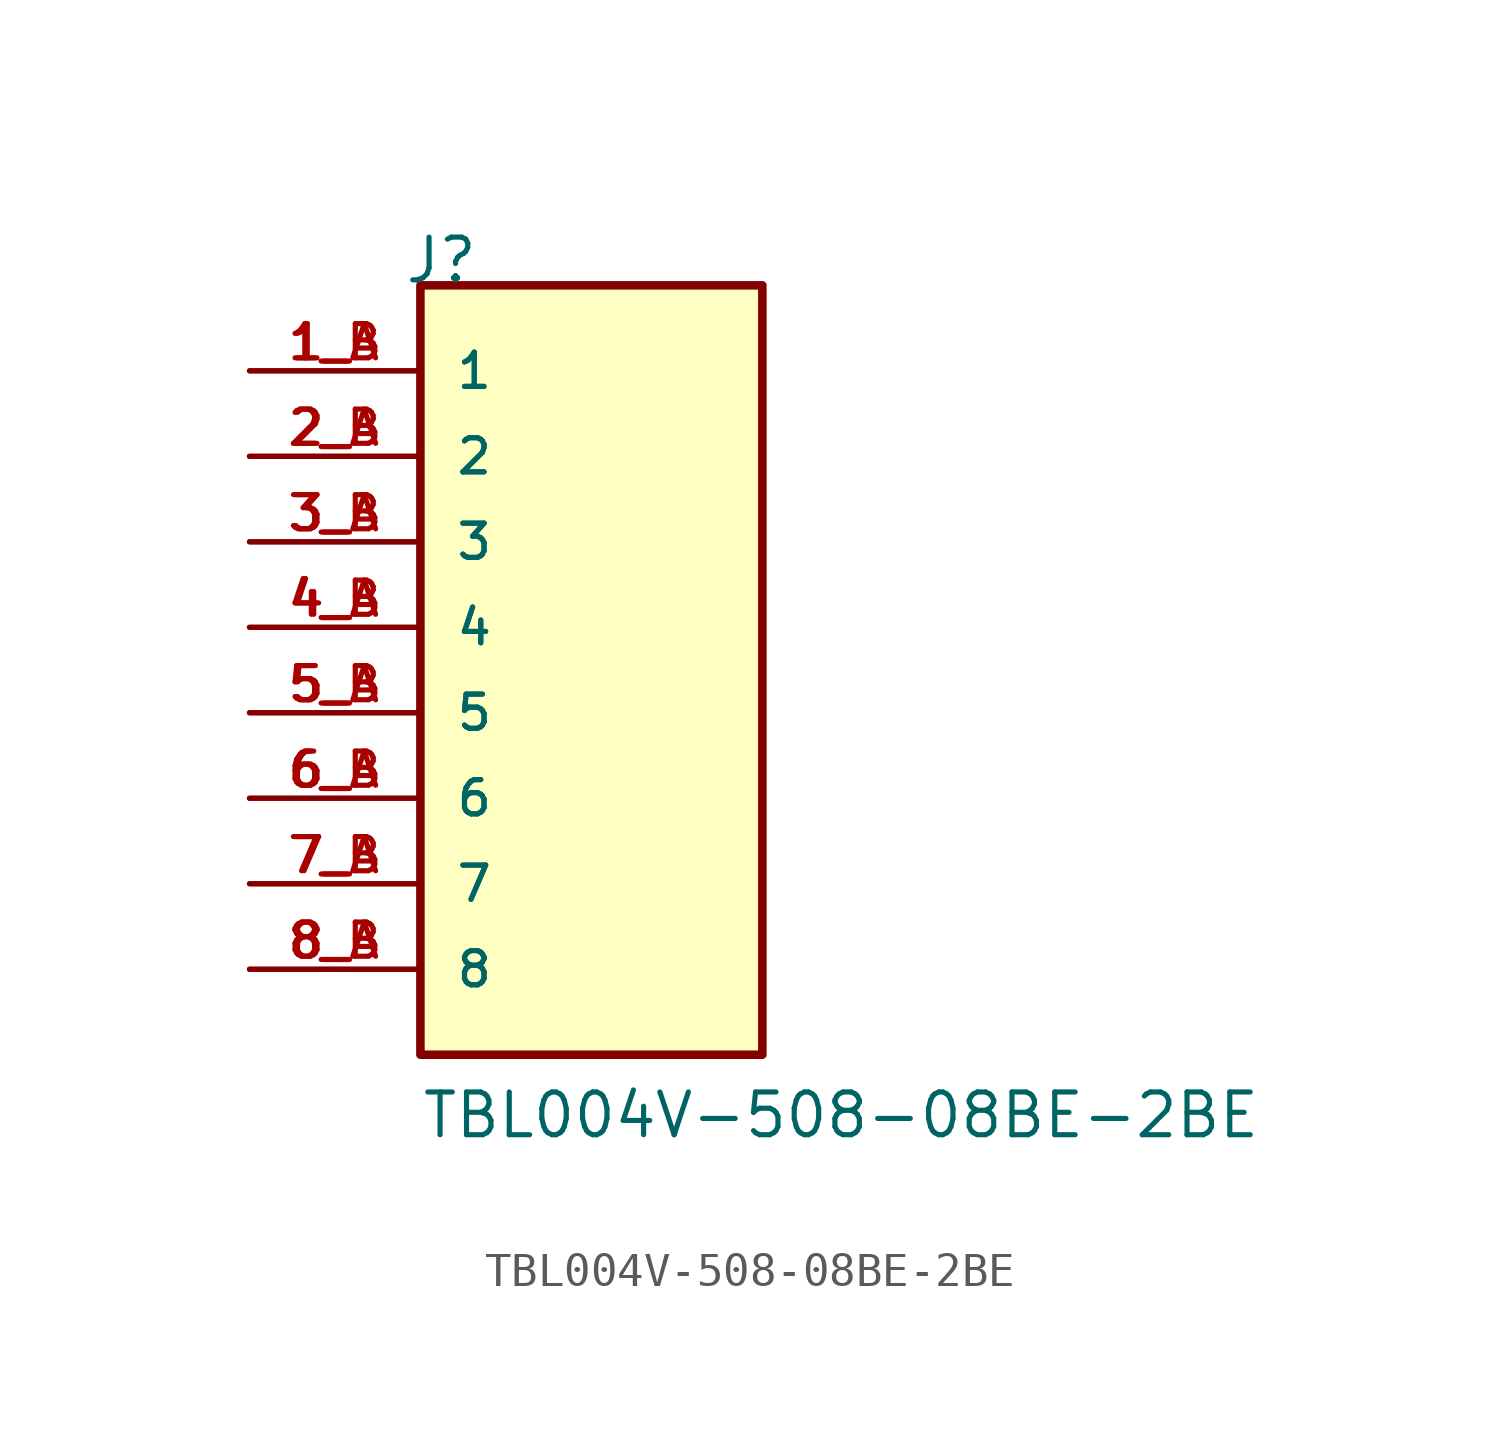
<source format=kicad_sym>
(kicad_symbol_lib
  (version 20211014)
  (generator kicad_symbol_editor)
  (symbol "TBL004V-508-08BE-2BE"
    (pin_names
      (offset 1.016))
    (property "Reference" "J"
      (at -5.588 12.7 0)
      (effects (font (size 1.27 1.27)) (justify left bottom)))
    (property "Value" "TBL004V-508-08BE-2BE"
      (at -5.08 -12.7 0)
      (effects (font (size 1.27 1.27)) (justify left bottom)))
    (property "ki_locked" ""
      (at 0 0 0)
      (effects (font (size 1.27 1.27))))
    (symbol "TBL004V-508-08BE-2BE_0_0"
      (rectangle (start -5.08 -10.16) (end 5.08 12.7) (stroke (width 0.254) (type default) (color 0 0 0 0)) (fill (type background)))
      (pin passive line (at -10.16 10.16 0) (length 5.08) (name "1" (effects (font (size 1.016 1.016)))) (number "1_A" (effects (font (size 1.016 1.016)))))
      (pin passive line (at -10.16 10.16 0) (length 5.08) (name "1" (effects (font (size 1.016 1.016)))) (number "1_B" (effects (font (size 1.016 1.016)))))
      (pin passive line (at -10.16 7.62 0) (length 5.08) (name "2" (effects (font (size 1.016 1.016)))) (number "2_A" (effects (font (size 1.016 1.016)))))
      (pin passive line (at -10.16 7.62 0) (length 5.08) (name "2" (effects (font (size 1.016 1.016)))) (number "2_B" (effects (font (size 1.016 1.016)))))
      (pin passive line (at -10.16 5.08 0) (length 5.08) (name "3" (effects (font (size 1.016 1.016)))) (number "3_A" (effects (font (size 1.016 1.016)))))
      (pin passive line (at -10.16 5.08 0) (length 5.08) (name "3" (effects (font (size 1.016 1.016)))) (number "3_B" (effects (font (size 1.016 1.016)))))
      (pin passive line (at -10.16 2.54 0) (length 5.08) (name "4" (effects (font (size 1.016 1.016)))) (number "4_A" (effects (font (size 1.016 1.016)))))
      (pin passive line (at -10.16 2.54 0) (length 5.08) (name "4" (effects (font (size 1.016 1.016)))) (number "4_B" (effects (font (size 1.016 1.016)))))
      (pin passive line (at -10.16 0 0) (length 5.08) (name "5" (effects (font (size 1.016 1.016)))) (number "5_A" (effects (font (size 1.016 1.016)))))
      (pin passive line (at -10.16 0 0) (length 5.08) (name "5" (effects (font (size 1.016 1.016)))) (number "5_B" (effects (font (size 1.016 1.016)))))
      (pin passive line (at -10.16 -2.54 0) (length 5.08) (name "6" (effects (font (size 1.016 1.016)))) (number "6_A" (effects (font (size 1.016 1.016)))))
      (pin passive line (at -10.16 -2.54 0) (length 5.08) (name "6" (effects (font (size 1.016 1.016)))) (number "6_B" (effects (font (size 1.016 1.016)))))
      (pin passive line (at -10.16 -5.08 0) (length 5.08) (name "7" (effects (font (size 1.016 1.016)))) (number "7_A" (effects (font (size 1.016 1.016)))))
      (pin passive line (at -10.16 -5.08 0) (length 5.08) (name "7" (effects (font (size 1.016 1.016)))) (number "7_B" (effects (font (size 1.016 1.016)))))
      (pin passive line (at -10.16 -7.62 0) (length 5.08) (name "8" (effects (font (size 1.016 1.016)))) (number "8_A" (effects (font (size 1.016 1.016)))))
      (pin passive line (at -10.16 -7.62 0) (length 5.08) (name "8" (effects (font (size 1.016 1.016)))) (number "8_B" (effects (font (size 1.016 1.016))))))))
</source>
